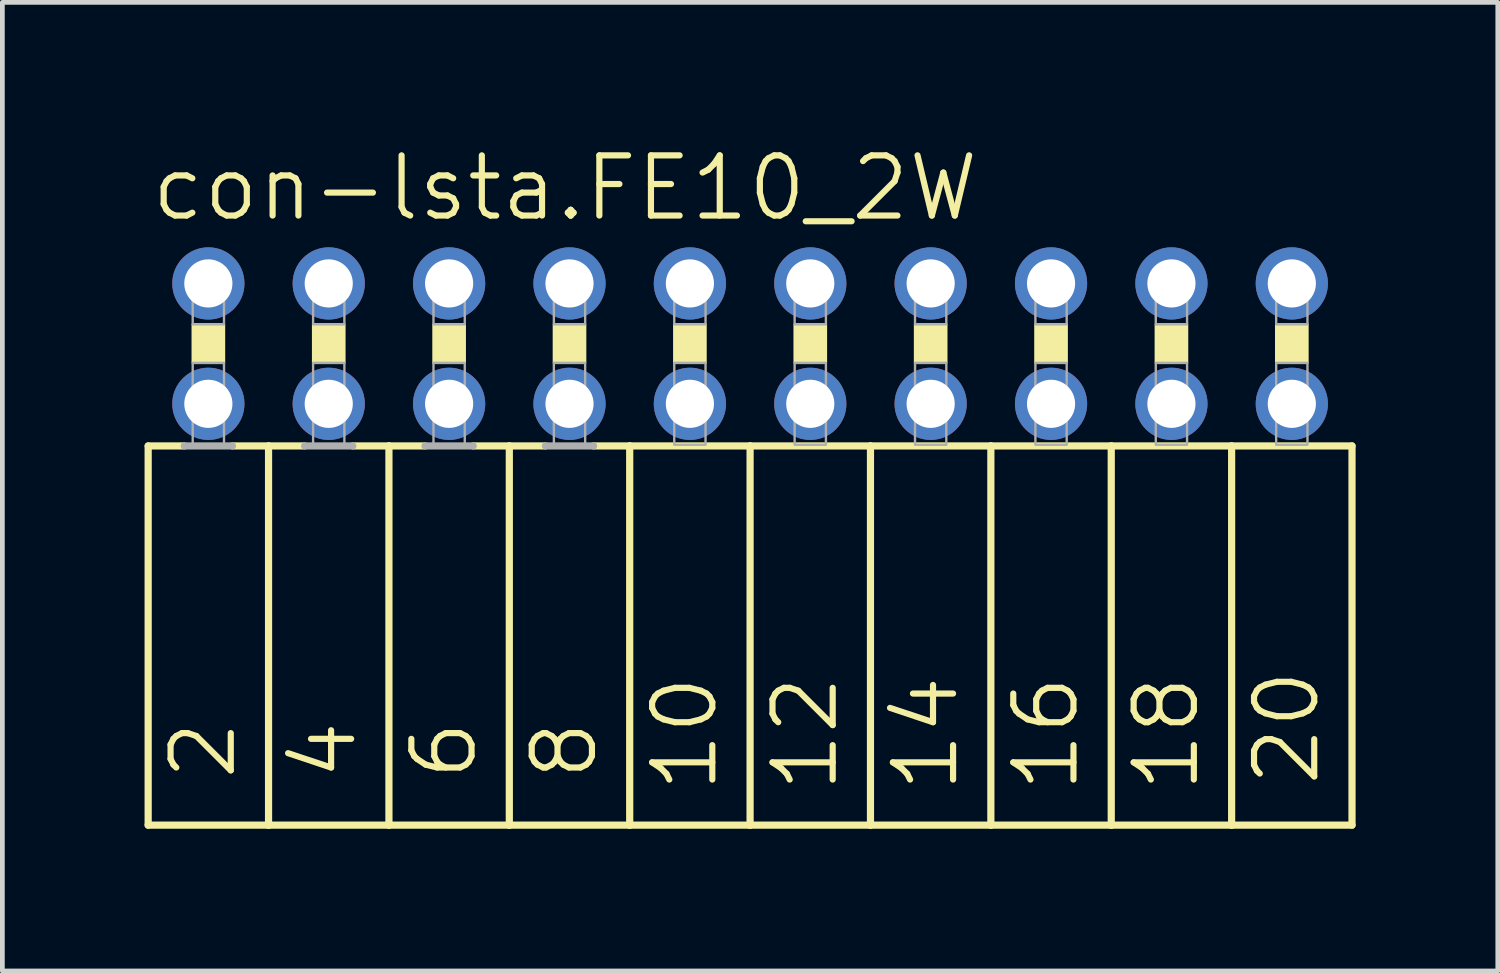
<source format=kicad_pcb>
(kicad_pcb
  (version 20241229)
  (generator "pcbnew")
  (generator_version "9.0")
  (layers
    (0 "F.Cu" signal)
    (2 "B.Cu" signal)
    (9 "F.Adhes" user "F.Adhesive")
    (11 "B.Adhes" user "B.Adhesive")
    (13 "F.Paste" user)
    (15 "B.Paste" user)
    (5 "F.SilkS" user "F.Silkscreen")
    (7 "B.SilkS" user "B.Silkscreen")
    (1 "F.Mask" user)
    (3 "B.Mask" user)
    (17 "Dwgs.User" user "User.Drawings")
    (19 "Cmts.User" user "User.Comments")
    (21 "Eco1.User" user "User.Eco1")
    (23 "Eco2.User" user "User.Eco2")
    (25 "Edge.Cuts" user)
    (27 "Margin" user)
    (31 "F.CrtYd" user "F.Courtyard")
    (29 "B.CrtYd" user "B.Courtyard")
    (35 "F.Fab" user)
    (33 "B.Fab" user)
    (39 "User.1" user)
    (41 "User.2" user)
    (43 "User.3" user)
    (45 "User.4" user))
  (footprint "con-lsta.FE10_2W"
    (layer "F.Cu")
    (at 12.776 4.2)
    (property "Reference" "con-lsta.FE10_2W" (at -12.7 -2.54 0) (layer "F.SilkS") (effects (font (size 1.27 1.27) (thickness 0.13)) (justify left bottom)))
    (attr through_hole)
    (fp_line (start -12.7 2.159) (end -12.7 10.16) (stroke (width 0.152) (type default)) (layer "F.SilkS"))
    (fp_line (start -12.7 2.159) (end -11.938 2.159) (stroke (width 0.152) (type default)) (layer "F.SilkS"))
    (fp_line (start -10.922 2.159) (end -10.16 2.159) (stroke (width 0.152) (type default)) (layer "F.SilkS"))
    (fp_line (start -10.16 2.159) (end -10.16 10.16) (stroke (width 0.152) (type default)) (layer "F.SilkS"))
    (fp_line (start -10.16 2.159) (end -9.398 2.159) (stroke (width 0.152) (type default)) (layer "F.SilkS"))
    (fp_line (start -10.16 10.16) (end -12.7 10.16) (stroke (width 0.152) (type default)) (layer "F.SilkS"))
    (fp_line (start -8.382 2.159) (end -7.62 2.159) (stroke (width 0.152) (type default)) (layer "F.SilkS"))
    (fp_line (start -7.62 2.159) (end -7.62 10.16) (stroke (width 0.152) (type default)) (layer "F.SilkS"))
    (fp_line (start -7.62 2.159) (end -6.858 2.159) (stroke (width 0.152) (type default)) (layer "F.SilkS"))
    (fp_line (start -7.62 10.16) (end -10.16 10.16) (stroke (width 0.152) (type default)) (layer "F.SilkS"))
    (fp_line (start -5.842 2.159) (end -5.08 2.159) (stroke (width 0.152) (type default)) (layer "F.SilkS"))
    (fp_line (start -5.08 2.159) (end -5.08 10.16) (stroke (width 0.152) (type default)) (layer "F.SilkS"))
    (fp_line (start -5.08 10.16) (end -7.62 10.16) (stroke (width 0.152) (type default)) (layer "F.SilkS"))
    (fp_line (start -4.318 2.159) (end -5.08 2.159) (stroke (width 0.152) (type default)) (layer "F.SilkS"))
    (fp_line (start -2.54 2.159) (end -3.302 2.159) (stroke (width 0.152) (type default)) (layer "F.SilkS"))
    (fp_line (start -2.54 2.159) (end -2.54 10.16) (stroke (width 0.152) (type default)) (layer "F.SilkS"))
    (fp_line (start -2.54 2.159) (end 0 2.159) (stroke (width 0.152) (type default)) (layer "F.SilkS"))
    (fp_line (start -2.54 10.16) (end -5.08 10.16) (stroke (width 0.152) (type default)) (layer "F.SilkS"))
    (fp_line (start 0 2.159) (end 0 10.16) (stroke (width 0.152) (type default)) (layer "F.SilkS"))
    (fp_line (start 0 2.159) (end 2.54 2.159) (stroke (width 0.152) (type default)) (layer "F.SilkS"))
    (fp_line (start 0 10.16) (end -2.54 10.16) (stroke (width 0.152) (type default)) (layer "F.SilkS"))
    (fp_line (start 2.54 2.159) (end 2.54 10.16) (stroke (width 0.152) (type default)) (layer "F.SilkS"))
    (fp_line (start 2.54 2.159) (end 5.08 2.159) (stroke (width 0.152) (type default)) (layer "F.SilkS"))
    (fp_line (start 2.54 10.16) (end 0 10.16) (stroke (width 0.152) (type default)) (layer "F.SilkS"))
    (fp_line (start 5.08 2.159) (end 5.08 10.16) (stroke (width 0.152) (type default)) (layer "F.SilkS"))
    (fp_line (start 5.08 2.159) (end 7.62 2.159) (stroke (width 0.152) (type default)) (layer "F.SilkS"))
    (fp_line (start 5.08 10.16) (end 2.54 10.16) (stroke (width 0.152) (type default)) (layer "F.SilkS"))
    (fp_line (start 7.62 2.159) (end 7.62 10.16) (stroke (width 0.152) (type default)) (layer "F.SilkS"))
    (fp_line (start 7.62 10.16) (end 5.08 10.16) (stroke (width 0.152) (type default)) (layer "F.SilkS"))
    (fp_line (start 10.16 2.159) (end 7.62 2.159) (stroke (width 0.152) (type default)) (layer "F.SilkS"))
    (fp_line (start 10.16 2.159) (end 10.16 10.16) (stroke (width 0.152) (type default)) (layer "F.SilkS"))
    (fp_line (start 10.16 2.159) (end 12.7 2.159) (stroke (width 0.152) (type default)) (layer "F.SilkS"))
    (fp_line (start 10.16 10.16) (end 7.62 10.16) (stroke (width 0.152) (type default)) (layer "F.SilkS"))
    (fp_line (start 12.7 2.159) (end 12.7 10.16) (stroke (width 0.152) (type default)) (layer "F.SilkS"))
    (fp_line (start 12.7 10.16) (end 10.16 10.16) (stroke (width 0.152) (type default)) (layer "F.SilkS"))
    (fp_rect (start -11.76 0.406) (end -11.1 -0.406) (stroke (width 0.05) (type default)) (fill yes) (layer "F.SilkS"))
    (fp_rect (start -9.22 0.406) (end -8.56 -0.406) (stroke (width 0.05) (type default)) (fill yes) (layer "F.SilkS"))
    (fp_rect (start -6.68 0.406) (end -6.02 -0.406) (stroke (width 0.05) (type default)) (fill yes) (layer "F.SilkS"))
    (fp_rect (start -4.14 0.406) (end -3.48 -0.406) (stroke (width 0.05) (type default)) (fill yes) (layer "F.SilkS"))
    (fp_rect (start -1.6 0.406) (end -0.94 -0.406) (stroke (width 0.05) (type default)) (fill yes) (layer "F.SilkS"))
    (fp_rect (start 0.94 0.406) (end 1.6 -0.406) (stroke (width 0.05) (type default)) (fill yes) (layer "F.SilkS"))
    (fp_rect (start 3.48 0.406) (end 4.14 -0.406) (stroke (width 0.05) (type default)) (fill yes) (layer "F.SilkS"))
    (fp_rect (start 6.02 0.406) (end 6.68 -0.406) (stroke (width 0.05) (type default)) (fill yes) (layer "F.SilkS"))
    (fp_rect (start 8.56 0.406) (end 9.22 -0.406) (stroke (width 0.05) (type default)) (fill yes) (layer "F.SilkS"))
    (fp_rect (start 11.1 0.406) (end 11.76 -0.406) (stroke (width 0.05) (type default)) (fill yes) (layer "F.SilkS"))
    (fp_line (start -11.938 2.159) (end -10.922 2.159) (stroke (width 0.152) (type default)) (layer "F.Fab"))
    (fp_line (start -9.398 2.159) (end -8.382 2.159) (stroke (width 0.152) (type default)) (layer "F.Fab"))
    (fp_line (start -6.858 2.159) (end -5.842 2.159) (stroke (width 0.152) (type default)) (layer "F.Fab"))
    (fp_line (start -3.302 2.159) (end -4.318 2.159) (stroke (width 0.152) (type default)) (layer "F.Fab"))
    (fp_rect (start -11.76 -0.406) (end -11.1 -1.575) (stroke (width 0.05) (type default)) (fill no) (layer "F.Fab"))
    (fp_rect (start -11.76 2.134) (end -11.1 0.406) (stroke (width 0.05) (type default)) (fill no) (layer "F.Fab"))
    (fp_rect (start -9.22 -0.406) (end -8.56 -1.575) (stroke (width 0.05) (type default)) (fill no) (layer "F.Fab"))
    (fp_rect (start -9.22 2.134) (end -8.56 0.406) (stroke (width 0.05) (type default)) (fill no) (layer "F.Fab"))
    (fp_rect (start -6.68 -0.406) (end -6.02 -1.575) (stroke (width 0.05) (type default)) (fill no) (layer "F.Fab"))
    (fp_rect (start -6.68 2.134) (end -6.02 0.406) (stroke (width 0.05) (type default)) (fill no) (layer "F.Fab"))
    (fp_rect (start -4.14 -0.406) (end -3.48 -1.575) (stroke (width 0.05) (type default)) (fill no) (layer "F.Fab"))
    (fp_rect (start -4.14 2.134) (end -3.48 0.406) (stroke (width 0.05) (type default)) (fill no) (layer "F.Fab"))
    (fp_rect (start -1.6 -0.406) (end -0.94 -1.575) (stroke (width 0.05) (type default)) (fill no) (layer "F.Fab"))
    (fp_rect (start -1.6 2.134) (end -0.94 0.406) (stroke (width 0.05) (type default)) (fill no) (layer "F.Fab"))
    (fp_rect (start 0.94 -0.406) (end 1.6 -1.575) (stroke (width 0.05) (type default)) (fill no) (layer "F.Fab"))
    (fp_rect (start 0.94 2.134) (end 1.6 0.406) (stroke (width 0.05) (type default)) (fill no) (layer "F.Fab"))
    (fp_rect (start 3.48 -0.406) (end 4.14 -1.575) (stroke (width 0.05) (type default)) (fill no) (layer "F.Fab"))
    (fp_rect (start 3.48 2.134) (end 4.14 0.406) (stroke (width 0.05) (type default)) (fill no) (layer "F.Fab"))
    (fp_rect (start 6.02 -0.406) (end 6.68 -1.575) (stroke (width 0.05) (type default)) (fill no) (layer "F.Fab"))
    (fp_rect (start 6.02 2.134) (end 6.68 0.406) (stroke (width 0.05) (type default)) (fill no) (layer "F.Fab"))
    (fp_rect (start 8.56 -0.406) (end 9.22 -1.575) (stroke (width 0.05) (type default)) (fill no) (layer "F.Fab"))
    (fp_rect (start 8.56 2.134) (end 9.22 0.406) (stroke (width 0.05) (type default)) (fill no) (layer "F.Fab"))
    (fp_rect (start 11.1 -0.406) (end 11.76 -1.575) (stroke (width 0.05) (type default)) (fill no) (layer "F.Fab"))
    (fp_rect (start 11.1 2.134) (end 11.76 0.406) (stroke (width 0.05) (type default)) (fill no) (layer "F.Fab"))
    (fp_text user "12" (at 1.905 9.525 90) (layer "F.SilkS") (effects (font (size 1.27 1.27) (thickness 0.13)) (justify left bottom)))
    (fp_text user "18" (at 9.525 9.525 90) (layer "F.SilkS") (effects (font (size 1.27 1.27) (thickness 0.13)) (justify left bottom)))
    (fp_text user "14" (at 4.445 9.525 90) (layer "F.SilkS") (effects (font (size 1.27 1.27) (thickness 0.13)) (justify left bottom)))
    (fp_text user "6" (at -5.715 9.271 90) (layer "F.SilkS") (effects (font (size 1.27 1.27) (thickness 0.13)) (justify left bottom)))
    (fp_text user "16" (at 6.985 9.525 90) (layer "F.SilkS") (effects (font (size 1.27 1.27) (thickness 0.13)) (justify left bottom)))
    (fp_text user "20" (at 12.065 9.398 90) (layer "F.SilkS") (effects (font (size 1.27 1.27) (thickness 0.13)) (justify left bottom)))
    (fp_text user "2" (at -10.795 9.271 90) (layer "F.SilkS") (effects (font (size 1.27 1.27) (thickness 0.13)) (justify left bottom)))
    (fp_text user "10" (at -0.635 9.525 90) (layer "F.SilkS") (effects (font (size 1.27 1.27) (thickness 0.13)) (justify left bottom)))
    (fp_text user "4" (at -8.255 9.271 90) (layer "F.SilkS") (effects (font (size 1.27 1.27) (thickness 0.13)) (justify left bottom)))
    (fp_text user "8" (at -3.175 9.271 90) (layer "F.SilkS") (effects (font (size 1.27 1.27) (thickness 0.13)) (justify left bottom)))
    (pad "1" thru_hole circle (at -11.43 -1.27) (size 1.524 1.524) (drill 1.016) (layers "*.Cu" "*.Mask"))
    (pad "2" thru_hole circle (at -11.43 1.27) (size 1.524 1.524) (drill 1.016) (layers "*.Cu" "*.Mask"))
    (pad "3" thru_hole circle (at -8.89 -1.27) (size 1.524 1.524) (drill 1.016) (layers "*.Cu" "*.Mask"))
    (pad "4" thru_hole circle (at -8.89 1.27) (size 1.524 1.524) (drill 1.016) (layers "*.Cu" "*.Mask"))
    (pad "5" thru_hole circle (at -6.35 -1.27) (size 1.524 1.524) (drill 1.016) (layers "*.Cu" "*.Mask"))
    (pad "6" thru_hole circle (at -6.35 1.27) (size 1.524 1.524) (drill 1.016) (layers "*.Cu" "*.Mask"))
    (pad "7" thru_hole circle (at -3.81 -1.27) (size 1.524 1.524) (drill 1.016) (layers "*.Cu" "*.Mask"))
    (pad "8" thru_hole circle (at -3.81 1.27) (size 1.524 1.524) (drill 1.016) (layers "*.Cu" "*.Mask"))
    (pad "9" thru_hole circle (at -1.27 -1.27) (size 1.524 1.524) (drill 1.016) (layers "*.Cu" "*.Mask"))
    (pad "10" thru_hole circle (at -1.27 1.27) (size 1.524 1.524) (drill 1.016) (layers "*.Cu" "*.Mask"))
    (pad "11" thru_hole circle (at 1.27 -1.27) (size 1.524 1.524) (drill 1.016) (layers "*.Cu" "*.Mask"))
    (pad "12" thru_hole circle (at 1.27 1.27) (size 1.524 1.524) (drill 1.016) (layers "*.Cu" "*.Mask"))
    (pad "13" thru_hole circle (at 3.81 -1.27) (size 1.524 1.524) (drill 1.016) (layers "*.Cu" "*.Mask"))
    (pad "14" thru_hole circle (at 3.81 1.27) (size 1.524 1.524) (drill 1.016) (layers "*.Cu" "*.Mask"))
    (pad "15" thru_hole circle (at 6.35 -1.27) (size 1.524 1.524) (drill 1.016) (layers "*.Cu" "*.Mask"))
    (pad "16" thru_hole circle (at 6.35 1.27) (size 1.524 1.524) (drill 1.016) (layers "*.Cu" "*.Mask"))
    (pad "17" thru_hole circle (at 8.89 -1.27) (size 1.524 1.524) (drill 1.016) (layers "*.Cu" "*.Mask"))
    (pad "18" thru_hole circle (at 8.89 1.27) (size 1.524 1.524) (drill 1.016) (layers "*.Cu" "*.Mask"))
    (pad "19" thru_hole circle (at 11.43 -1.27) (size 1.524 1.524) (drill 1.016) (layers "*.Cu" "*.Mask"))
    (pad "20" thru_hole circle (at 11.43 1.27) (size 1.524 1.524) (drill 1.016) (layers "*.Cu" "*.Mask")))
  (gr_rect
    (start -3 -3)
    (end 28.552 17.436)
    (stroke (width 0.1) (type default))
    (fill no)
    (layer "Edge.Cuts")))
</source>
